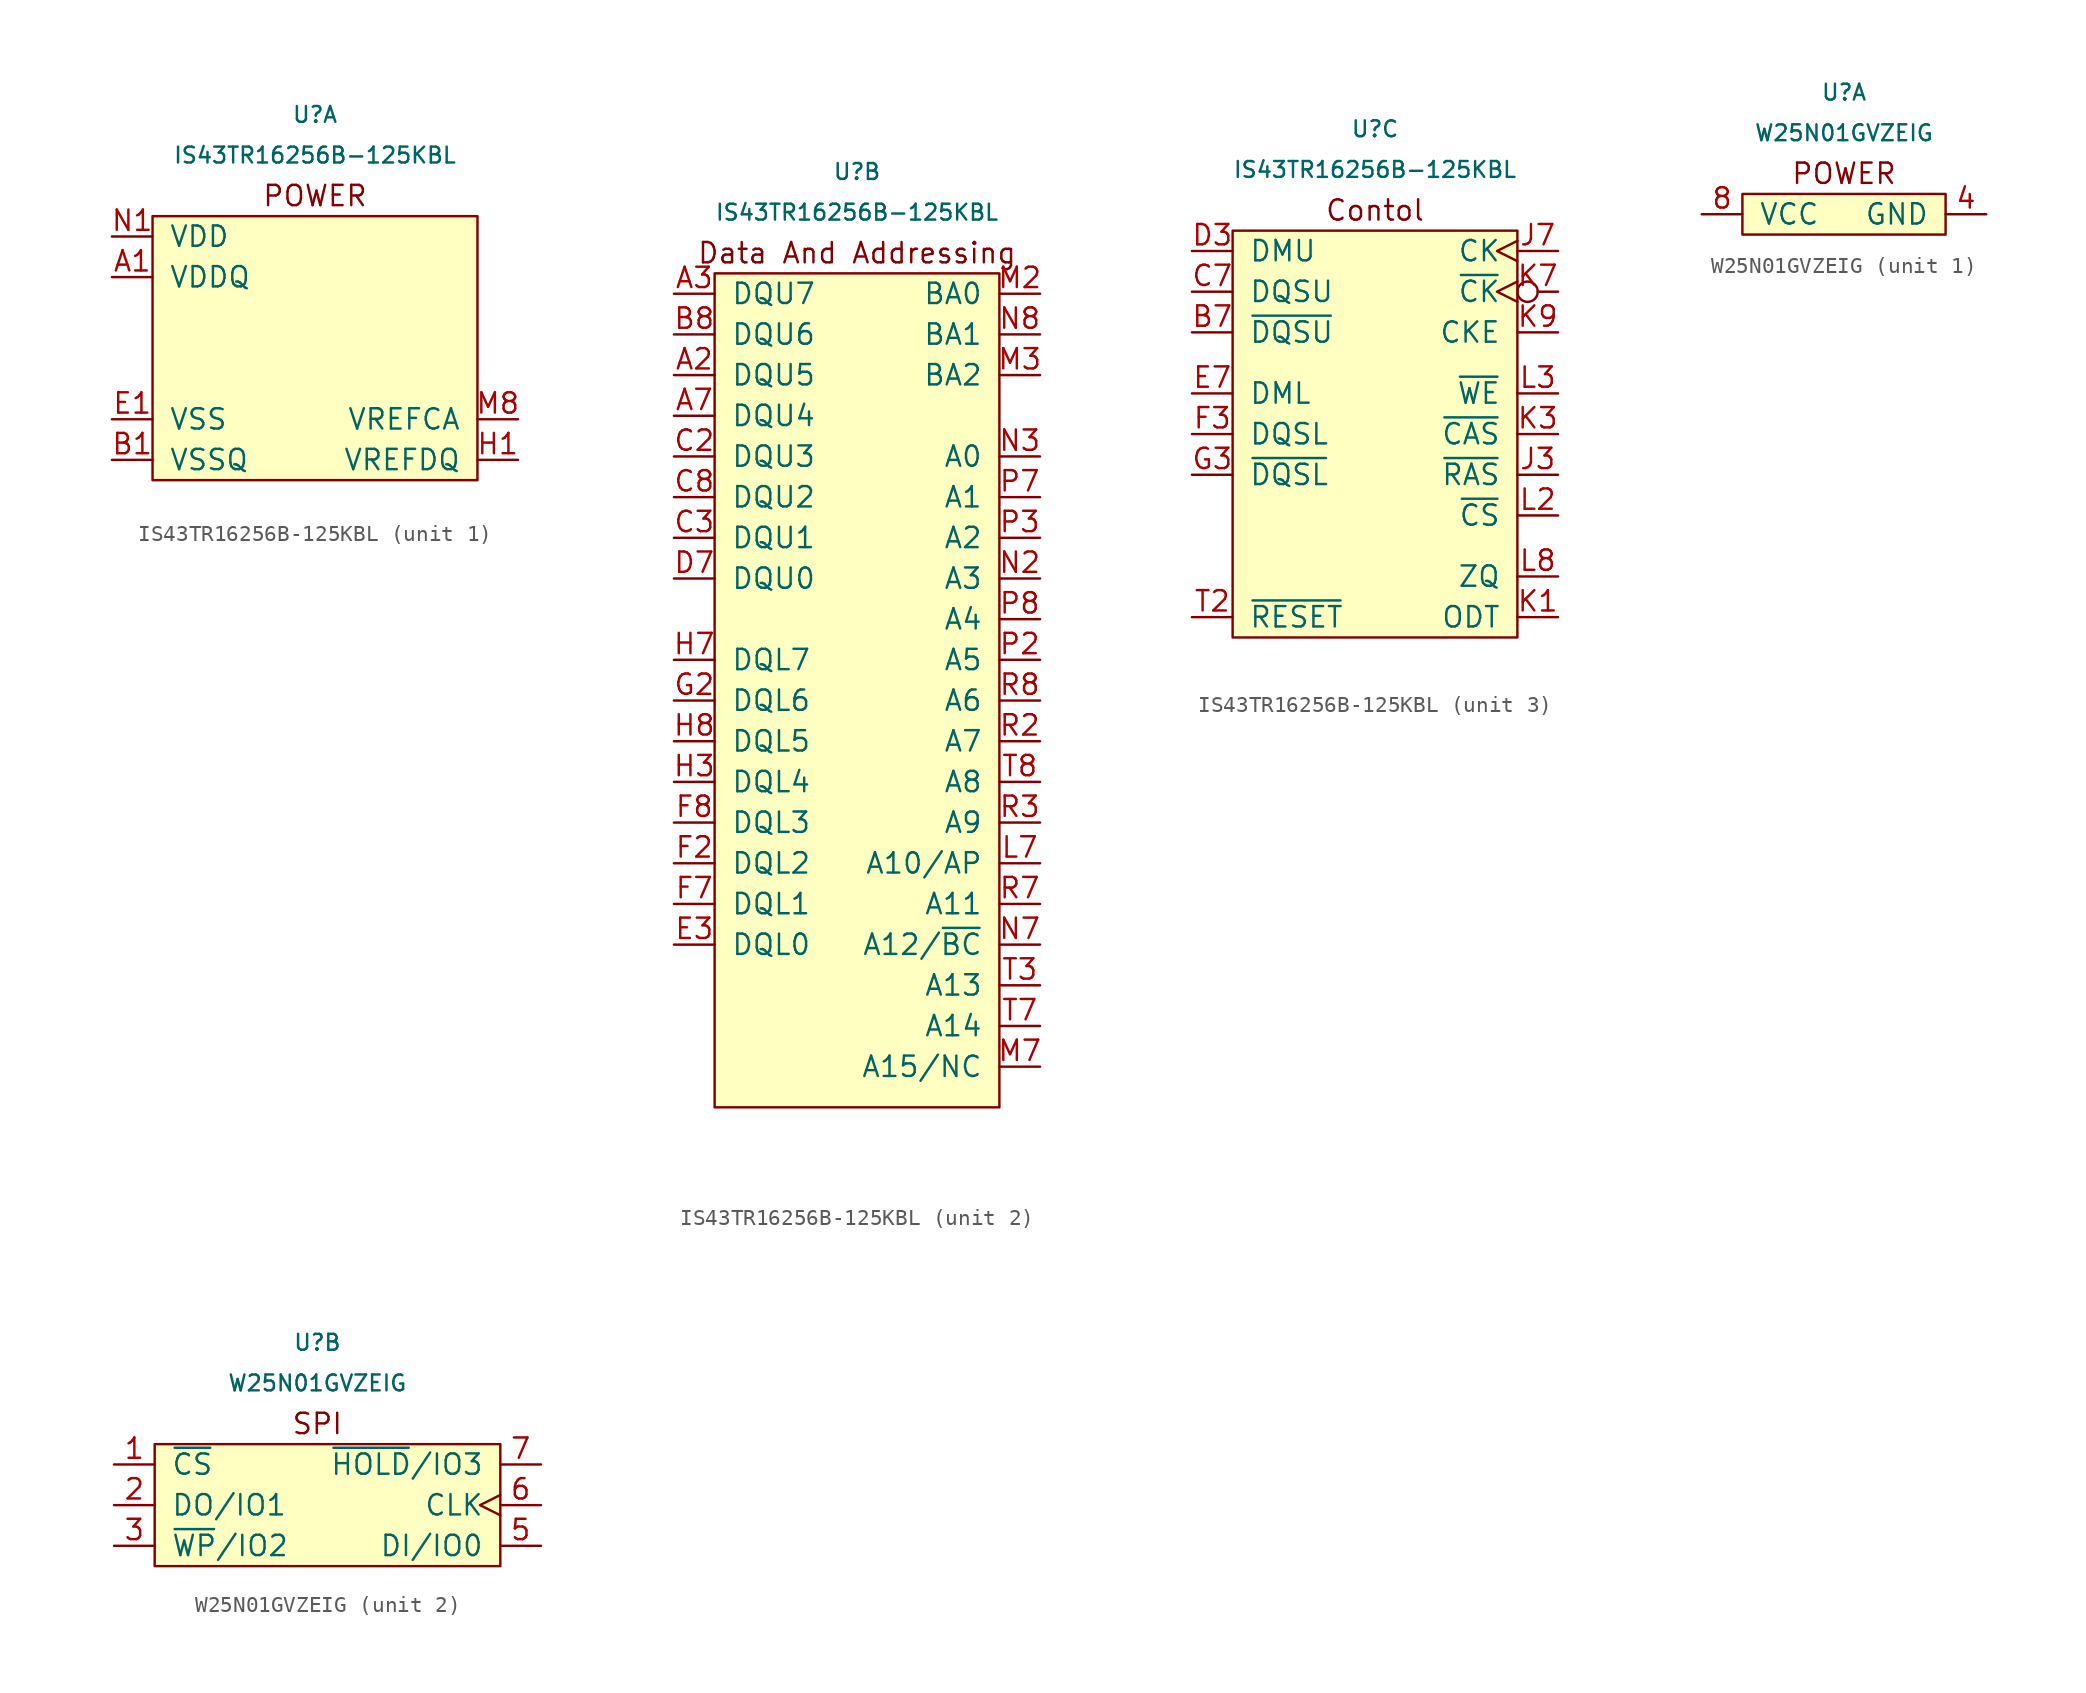
<source format=kicad_sym>
(kicad_symbol_lib
  (version 20201005)
  (generator kicad_symbol_editor)
  (symbol "lethalbit-memory:IS43TR16256B-125KBL"
    (pin_names
      (offset 1.016))
    (property "Reference" "U"
      (at 0 12.7 0)
      (effects (font (size 0.991 0.991))))
    (property "Value" "IS43TR16256B-125KBL"
      (at 0 10.16 0)
      (effects (font (size 0.991 0.991))))
    (property "ki_locked" ""
      (at 0 0 0)
      (effects (font (size 1.27 1.27))))
    (symbol "IS43TR16256B-125KBL_1_0"
      (text "POWER" (at 0 7.62 0) (effects (font (size 1.27 1.27)))))
    (symbol "IS43TR16256B-125KBL_1_1"
      (rectangle (start 10.16 6.35) (end -10.16 -10.16) (stroke (width 0)) (fill (type background)))
      (pin power_in line (at -12.7 2.54 0) (length 2.54) (name "VDDQ" (effects (font (size 1.27 1.27)))) (number "A1" (effects (font (size 1.27 1.27)))))
      (pin passive line (at -12.7 2.54 0) (length 2.54) hide (name "VDDQ" (effects (font (size 1.27 1.27)))) (number "A8" (effects (font (size 1.27 1.27)))))
      (pin passive line (at -12.7 -6.35 0) (length 2.54) hide (name "VSS" (effects (font (size 1.27 1.27)))) (number "A9" (effects (font (size 1.27 1.27)))))
      (pin passive line (at -12.7 -8.89 0) (length 2.54) (name "VSSQ" (effects (font (size 1.27 1.27)))) (number "B1" (effects (font (size 1.27 1.27)))))
      (pin passive line (at -12.7 5.08 0) (length 2.54) hide (name "VDD" (effects (font (size 1.27 1.27)))) (number "B2" (effects (font (size 1.27 1.27)))))
      (pin passive line (at -12.7 -6.35 0) (length 2.54) hide (name "VSS" (effects (font (size 1.27 1.27)))) (number "B3" (effects (font (size 1.27 1.27)))))
      (pin passive line (at -12.7 -8.89 0) (length 2.54) hide (name "VSSQ" (effects (font (size 1.27 1.27)))) (number "B9" (effects (font (size 1.27 1.27)))))
      (pin passive line (at -12.7 2.54 0) (length 2.54) hide (name "VDDQ" (effects (font (size 1.27 1.27)))) (number "C1" (effects (font (size 1.27 1.27)))))
      (pin passive line (at -12.7 2.54 0) (length 2.54) hide (name "VDDQ" (effects (font (size 1.27 1.27)))) (number "C9" (effects (font (size 1.27 1.27)))))
      (pin passive line (at -12.7 -8.89 0) (length 2.54) hide (name "VSSQ" (effects (font (size 1.27 1.27)))) (number "D1" (effects (font (size 1.27 1.27)))))
      (pin passive line (at -12.7 2.54 0) (length 2.54) hide (name "VDDQ" (effects (font (size 1.27 1.27)))) (number "D2" (effects (font (size 1.27 1.27)))))
      (pin passive line (at -12.7 -8.89 0) (length 2.54) hide (name "VSSQ" (effects (font (size 1.27 1.27)))) (number "D8" (effects (font (size 1.27 1.27)))))
      (pin passive line (at -12.7 5.08 0) (length 2.54) hide (name "VDD" (effects (font (size 1.27 1.27)))) (number "D9" (effects (font (size 1.27 1.27)))))
      (pin passive line (at -12.7 -6.35 0) (length 2.54) (name "VSS" (effects (font (size 1.27 1.27)))) (number "E1" (effects (font (size 1.27 1.27)))))
      (pin passive line (at -12.7 -8.89 0) (length 2.54) hide (name "VSSQ" (effects (font (size 1.27 1.27)))) (number "E2" (effects (font (size 1.27 1.27)))))
      (pin passive line (at -12.7 -8.89 0) (length 2.54) hide (name "VSSQ" (effects (font (size 1.27 1.27)))) (number "E8" (effects (font (size 1.27 1.27)))))
      (pin passive line (at -12.7 2.54 0) (length 2.54) hide (name "VDDQ" (effects (font (size 1.27 1.27)))) (number "E9" (effects (font (size 1.27 1.27)))))
      (pin passive line (at -12.7 2.54 0) (length 2.54) hide (name "VDDQ" (effects (font (size 1.27 1.27)))) (number "F1" (effects (font (size 1.27 1.27)))))
      (pin passive line (at -12.7 -8.89 0) (length 2.54) hide (name "VSSQ" (effects (font (size 1.27 1.27)))) (number "F9" (effects (font (size 1.27 1.27)))))
      (pin passive line (at -12.7 -8.89 0) (length 2.54) hide (name "VSSQ" (effects (font (size 1.27 1.27)))) (number "G1" (effects (font (size 1.27 1.27)))))
      (pin passive line (at -12.7 5.08 0) (length 2.54) hide (name "VDD" (effects (font (size 1.27 1.27)))) (number "G7" (effects (font (size 1.27 1.27)))))
      (pin passive line (at -12.7 -6.35 0) (length 2.54) hide (name "VSS" (effects (font (size 1.27 1.27)))) (number "G8" (effects (font (size 1.27 1.27)))))
      (pin passive line (at -12.7 -8.89 0) (length 2.54) hide (name "VSSQ" (effects (font (size 1.27 1.27)))) (number "G9" (effects (font (size 1.27 1.27)))))
      (pin power_in line (at 12.7 -8.89 180) (length 2.54) (name "VREFDQ" (effects (font (size 1.27 1.27)))) (number "H1" (effects (font (size 1.27 1.27)))))
      (pin passive line (at -12.7 2.54 0) (length 2.54) hide (name "VDDQ" (effects (font (size 1.27 1.27)))) (number "H2" (effects (font (size 1.27 1.27)))))
      (pin passive line (at -12.7 2.54 0) (length 2.54) hide (name "VDDQ" (effects (font (size 1.27 1.27)))) (number "H9" (effects (font (size 1.27 1.27)))))
      (pin no_connect non_logic (at 12.7 5.08 180) (length 2.54) hide (name "NC" (effects (font (size 1.27 1.27)))) (number "J1" (effects (font (size 1.27 1.27)))))
      (pin passive line (at -12.7 -6.35 0) (length 2.54) hide (name "VSS" (effects (font (size 1.27 1.27)))) (number "J2" (effects (font (size 1.27 1.27)))))
      (pin passive line (at -12.7 -6.35 0) (length 2.54) hide (name "VSS" (effects (font (size 1.27 1.27)))) (number "J8" (effects (font (size 1.27 1.27)))))
      (pin no_connect non_logic (at 12.7 0 180) (length 2.54) hide (name "NC" (effects (font (size 1.27 1.27)))) (number "J9" (effects (font (size 1.27 1.27)))))
      (pin passive line (at -12.7 5.08 0) (length 2.54) hide (name "VDD" (effects (font (size 1.27 1.27)))) (number "K2" (effects (font (size 1.27 1.27)))))
      (pin passive line (at -12.7 5.08 0) (length 2.54) hide (name "VDD" (effects (font (size 1.27 1.27)))) (number "K8" (effects (font (size 1.27 1.27)))))
      (pin no_connect non_logic (at 12.7 2.54 180) (length 2.54) hide (name "NC" (effects (font (size 1.27 1.27)))) (number "L1" (effects (font (size 1.27 1.27)))))
      (pin no_connect non_logic (at 12.7 -2.54 180) (length 2.54) hide (name "NC" (effects (font (size 1.27 1.27)))) (number "L9" (effects (font (size 1.27 1.27)))))
      (pin passive line (at -12.7 -6.35 0) (length 2.54) hide (name "VSS" (effects (font (size 1.27 1.27)))) (number "M1" (effects (font (size 1.27 1.27)))))
      (pin power_in line (at 12.7 -6.35 180) (length 2.54) (name "VREFCA" (effects (font (size 1.27 1.27)))) (number "M8" (effects (font (size 1.27 1.27)))))
      (pin passive line (at -12.7 -6.35 0) (length 2.54) hide (name "VSS" (effects (font (size 1.27 1.27)))) (number "M9" (effects (font (size 1.27 1.27)))))
      (pin power_in line (at -12.7 5.08 0) (length 2.54) (name "VDD" (effects (font (size 1.27 1.27)))) (number "N1" (effects (font (size 1.27 1.27)))))
      (pin passive line (at -12.7 5.08 0) (length 2.54) hide (name "VDD" (effects (font (size 1.27 1.27)))) (number "N9" (effects (font (size 1.27 1.27)))))
      (pin passive line (at -12.7 -6.35 0) (length 2.54) hide (name "VSS" (effects (font (size 1.27 1.27)))) (number "P1" (effects (font (size 1.27 1.27)))))
      (pin passive line (at -12.7 -6.35 0) (length 2.54) hide (name "VSS" (effects (font (size 1.27 1.27)))) (number "P9" (effects (font (size 1.27 1.27)))))
      (pin passive line (at -12.7 5.08 0) (length 2.54) hide (name "VDD" (effects (font (size 1.27 1.27)))) (number "R1" (effects (font (size 1.27 1.27)))))
      (pin passive line (at -12.7 5.08 0) (length 2.54) hide (name "VDD" (effects (font (size 1.27 1.27)))) (number "R9" (effects (font (size 1.27 1.27)))))
      (pin passive line (at -12.7 -6.35 0) (length 2.54) hide (name "VSS" (effects (font (size 1.27 1.27)))) (number "T1" (effects (font (size 1.27 1.27)))))
      (pin passive line (at -12.7 -6.35 0) (length 2.54) hide (name "VSS" (effects (font (size 1.27 1.27)))) (number "T9" (effects (font (size 1.27 1.27))))))
    (symbol "IS43TR16256B-125KBL_2_0"
      (text "Data And Addressing" (at 0 7.62 0) (effects (font (size 1.27 1.27))))
      (rectangle (start 8.89 6.35) (end -8.89 -45.72) (stroke (width 0)) (fill (type background))))
    (symbol "IS43TR16256B-125KBL_2_1"
      (pin bidirectional line (at -11.43 0 0) (length 2.54) (name "DQU5" (effects (font (size 1.27 1.27)))) (number "A2" (effects (font (size 1.27 1.27)))))
      (pin bidirectional line (at -11.43 5.08 0) (length 2.54) (name "DQU7" (effects (font (size 1.27 1.27)))) (number "A3" (effects (font (size 1.27 1.27)))))
      (pin bidirectional line (at -11.43 -2.54 0) (length 2.54) (name "DQU4" (effects (font (size 1.27 1.27)))) (number "A7" (effects (font (size 1.27 1.27)))))
      (pin bidirectional line (at -11.43 2.54 0) (length 2.54) (name "DQU6" (effects (font (size 1.27 1.27)))) (number "B8" (effects (font (size 1.27 1.27)))))
      (pin bidirectional line (at -11.43 -5.08 0) (length 2.54) (name "DQU3" (effects (font (size 1.27 1.27)))) (number "C2" (effects (font (size 1.27 1.27)))))
      (pin bidirectional line (at -11.43 -10.16 0) (length 2.54) (name "DQU1" (effects (font (size 1.27 1.27)))) (number "C3" (effects (font (size 1.27 1.27)))))
      (pin bidirectional line (at -11.43 -7.62 0) (length 2.54) (name "DQU2" (effects (font (size 1.27 1.27)))) (number "C8" (effects (font (size 1.27 1.27)))))
      (pin bidirectional line (at -11.43 -12.7 0) (length 2.54) (name "DQU0" (effects (font (size 1.27 1.27)))) (number "D7" (effects (font (size 1.27 1.27)))))
      (pin bidirectional line (at -11.43 -35.56 0) (length 2.54) (name "DQL0" (effects (font (size 1.27 1.27)))) (number "E3" (effects (font (size 1.27 1.27)))))
      (pin bidirectional line (at -11.43 -30.48 0) (length 2.54) (name "DQL2" (effects (font (size 1.27 1.27)))) (number "F2" (effects (font (size 1.27 1.27)))))
      (pin bidirectional line (at -11.43 -33.02 0) (length 2.54) (name "DQL1" (effects (font (size 1.27 1.27)))) (number "F7" (effects (font (size 1.27 1.27)))))
      (pin bidirectional line (at -11.43 -27.94 0) (length 2.54) (name "DQL3" (effects (font (size 1.27 1.27)))) (number "F8" (effects (font (size 1.27 1.27)))))
      (pin bidirectional line (at -11.43 -20.32 0) (length 2.54) (name "DQL6" (effects (font (size 1.27 1.27)))) (number "G2" (effects (font (size 1.27 1.27)))))
      (pin bidirectional line (at -11.43 -25.4 0) (length 2.54) (name "DQL4" (effects (font (size 1.27 1.27)))) (number "H3" (effects (font (size 1.27 1.27)))))
      (pin bidirectional line (at -11.43 -17.78 0) (length 2.54) (name "DQL7" (effects (font (size 1.27 1.27)))) (number "H7" (effects (font (size 1.27 1.27)))))
      (pin bidirectional line (at -11.43 -22.86 0) (length 2.54) (name "DQL5" (effects (font (size 1.27 1.27)))) (number "H8" (effects (font (size 1.27 1.27)))))
      (pin input line (at 11.43 -30.48 180) (length 2.54) (name "A10/AP" (effects (font (size 1.27 1.27)))) (number "L7" (effects (font (size 1.27 1.27)))))
      (pin input line (at 11.43 5.08 180) (length 2.54) (name "BA0" (effects (font (size 1.27 1.27)))) (number "M2" (effects (font (size 1.27 1.27)))))
      (pin input line (at 11.43 0 180) (length 2.54) (name "BA2" (effects (font (size 1.27 1.27)))) (number "M3" (effects (font (size 1.27 1.27)))))
      (pin input line (at 11.43 -43.18 180) (length 2.54) (name "A15/NC" (effects (font (size 1.27 1.27)))) (number "M7" (effects (font (size 1.27 1.27)))))
      (pin input line (at 11.43 -12.7 180) (length 2.54) (name "A3" (effects (font (size 1.27 1.27)))) (number "N2" (effects (font (size 1.27 1.27)))))
      (pin input line (at 11.43 -5.08 180) (length 2.54) (name "A0" (effects (font (size 1.27 1.27)))) (number "N3" (effects (font (size 1.27 1.27)))))
      (pin input line (at 11.43 -35.56 180) (length 2.54) (name "A12/~BC" (effects (font (size 1.27 1.27)))) (number "N7" (effects (font (size 1.27 1.27)))))
      (pin input line (at 11.43 2.54 180) (length 2.54) (name "BA1" (effects (font (size 1.27 1.27)))) (number "N8" (effects (font (size 1.27 1.27)))))
      (pin input line (at 11.43 -17.78 180) (length 2.54) (name "A5" (effects (font (size 1.27 1.27)))) (number "P2" (effects (font (size 1.27 1.27)))))
      (pin input line (at 11.43 -10.16 180) (length 2.54) (name "A2" (effects (font (size 1.27 1.27)))) (number "P3" (effects (font (size 1.27 1.27)))))
      (pin input line (at 11.43 -7.62 180) (length 2.54) (name "A1" (effects (font (size 1.27 1.27)))) (number "P7" (effects (font (size 1.27 1.27)))))
      (pin input line (at 11.43 -15.24 180) (length 2.54) (name "A4" (effects (font (size 1.27 1.27)))) (number "P8" (effects (font (size 1.27 1.27)))))
      (pin input line (at 11.43 -22.86 180) (length 2.54) (name "A7" (effects (font (size 1.27 1.27)))) (number "R2" (effects (font (size 1.27 1.27)))))
      (pin input line (at 11.43 -27.94 180) (length 2.54) (name "A9" (effects (font (size 1.27 1.27)))) (number "R3" (effects (font (size 1.27 1.27)))))
      (pin input line (at 11.43 -33.02 180) (length 2.54) (name "A11" (effects (font (size 1.27 1.27)))) (number "R7" (effects (font (size 1.27 1.27)))))
      (pin input line (at 11.43 -20.32 180) (length 2.54) (name "A6" (effects (font (size 1.27 1.27)))) (number "R8" (effects (font (size 1.27 1.27)))))
      (pin input line (at 11.43 -38.1 180) (length 2.54) (name "A13" (effects (font (size 1.27 1.27)))) (number "T3" (effects (font (size 1.27 1.27)))))
      (pin input line (at 11.43 -40.64 180) (length 2.54) (name "A14" (effects (font (size 1.27 1.27)))) (number "T7" (effects (font (size 1.27 1.27)))))
      (pin input line (at 11.43 -25.4 180) (length 2.54) (name "A8" (effects (font (size 1.27 1.27)))) (number "T8" (effects (font (size 1.27 1.27))))))
    (symbol "IS43TR16256B-125KBL_3_0"
      (text "Contol" (at 0 7.62 0) (effects (font (size 1.27 1.27)))))
    (symbol "IS43TR16256B-125KBL_3_1"
      (rectangle (start -8.89 6.35) (end 8.89 -19.05) (stroke (width 0)) (fill (type background)))
      (pin input line (at -11.43 0 0) (length 2.54) (name "~DQSU" (effects (font (size 1.27 1.27)))) (number "B7" (effects (font (size 1.27 1.27)))))
      (pin input line (at -11.43 2.54 0) (length 2.54) (name "DQSU" (effects (font (size 1.27 1.27)))) (number "C7" (effects (font (size 1.27 1.27)))))
      (pin input line (at -11.43 5.08 0) (length 2.54) (name "DMU" (effects (font (size 1.27 1.27)))) (number "D3" (effects (font (size 1.27 1.27)))))
      (pin input line (at -11.43 -3.81 0) (length 2.54) (name "DML" (effects (font (size 1.27 1.27)))) (number "E7" (effects (font (size 1.27 1.27)))))
      (pin input line (at -11.43 -6.35 0) (length 2.54) (name "DQSL" (effects (font (size 1.27 1.27)))) (number "F3" (effects (font (size 1.27 1.27)))))
      (pin input line (at -11.43 -8.89 0) (length 2.54) (name "~DQSL" (effects (font (size 1.27 1.27)))) (number "G3" (effects (font (size 1.27 1.27)))))
      (pin input line (at 11.43 -8.89 180) (length 2.54) (name "~RAS" (effects (font (size 1.27 1.27)))) (number "J3" (effects (font (size 1.27 1.27)))))
      (pin input clock (at 11.43 5.08 180) (length 2.54) (name "CK" (effects (font (size 1.27 1.27)))) (number "J7" (effects (font (size 1.27 1.27)))))
      (pin input line (at 11.43 -17.78 180) (length 2.54) (name "ODT" (effects (font (size 1.27 1.27)))) (number "K1" (effects (font (size 1.27 1.27)))))
      (pin input line (at 11.43 -6.35 180) (length 2.54) (name "~CAS" (effects (font (size 1.27 1.27)))) (number "K3" (effects (font (size 1.27 1.27)))))
      (pin input inverted_clock (at 11.43 2.54 180) (length 2.54) (name "~CK" (effects (font (size 1.27 1.27)))) (number "K7" (effects (font (size 1.27 1.27)))))
      (pin input line (at 11.43 0 180) (length 2.54) (name "CKE" (effects (font (size 1.27 1.27)))) (number "K9" (effects (font (size 1.27 1.27)))))
      (pin input line (at 11.43 -11.43 180) (length 2.54) (name "~CS" (effects (font (size 1.27 1.27)))) (number "L2" (effects (font (size 1.27 1.27)))))
      (pin input line (at 11.43 -3.81 180) (length 2.54) (name "~WE" (effects (font (size 1.27 1.27)))) (number "L3" (effects (font (size 1.27 1.27)))))
      (pin input line (at 11.43 -15.24 180) (length 2.54) (name "ZQ" (effects (font (size 1.27 1.27)))) (number "L8" (effects (font (size 1.27 1.27)))))
      (pin input line (at -11.43 -17.78 0) (length 2.54) (name "~RESET" (effects (font (size 1.27 1.27)))) (number "T2" (effects (font (size 1.27 1.27)))))))
  (symbol "lethalbit-memory:W25N01GVZEIG"
    (pin_names
      (offset 1.016))
    (property "Reference" "U"
      (at 0 6.35 0)
      (effects (font (size 0.991 0.991))))
    (property "Value" "W25N01GVZEIG"
      (at 0 3.81 0)
      (effects (font (size 0.991 0.991))))
    (property "ki_locked" ""
      (at 0 0 0)
      (effects (font (size 1.27 1.27))))
    (symbol "W25N01GVZEIG_1_0"
      (text "POWER" (at 0 1.27 0) (effects (font (size 1.27 1.27))))
      (rectangle (start -6.35 0) (end 6.35 -2.54) (stroke (width 0)) (fill (type background))))
    (symbol "W25N01GVZEIG_1_1"
      (pin passive line (at 8.89 -1.27 180) (length 2.54) (name "GND" (effects (font (size 1.27 1.27)))) (number "4" (effects (font (size 1.27 1.27)))))
      (pin power_in line (at -8.89 -1.27 0) (length 2.54) (name "VCC" (effects (font (size 1.27 1.27)))) (number "8" (effects (font (size 1.27 1.27)))))
      (pin passive line (at 8.89 -1.27 180) (length 2.54) hide (name "GND" (effects (font (size 1.27 1.27)))) (number "9" (effects (font (size 1.27 1.27))))))
    (symbol "W25N01GVZEIG_2_0"
      (text "SPI" (at 0 1.27 0) (effects (font (size 1.27 1.27))))
      (rectangle (start -10.16 0) (end 11.43 -7.62) (stroke (width 0)) (fill (type background))))
    (symbol "W25N01GVZEIG_2_1"
      (pin passive line (at -12.7 -1.27 0) (length 2.54) (name "~CS" (effects (font (size 1.27 1.27)))) (number "1" (effects (font (size 1.27 1.27)))))
      (pin passive line (at -12.7 -3.81 0) (length 2.54) (name "DO/IO1" (effects (font (size 1.27 1.27)))) (number "2" (effects (font (size 1.27 1.27)))))
      (pin passive line (at -12.7 -6.35 0) (length 2.54) (name "~WP~/IO2" (effects (font (size 1.27 1.27)))) (number "3" (effects (font (size 1.27 1.27)))))
      (pin passive line (at 13.97 -6.35 180) (length 2.54) (name "DI/IO0" (effects (font (size 1.27 1.27)))) (number "5" (effects (font (size 1.27 1.27)))))
      (pin input clock (at 13.97 -3.81 180) (length 2.54) (name "CLK" (effects (font (size 1.27 1.27)))) (number "6" (effects (font (size 1.27 1.27)))))
      (pin passive line (at 13.97 -1.27 180) (length 2.54) (name "~HOLD~/IO3" (effects (font (size 1.27 1.27)))) (number "7" (effects (font (size 1.27 1.27))))))))
</source>
